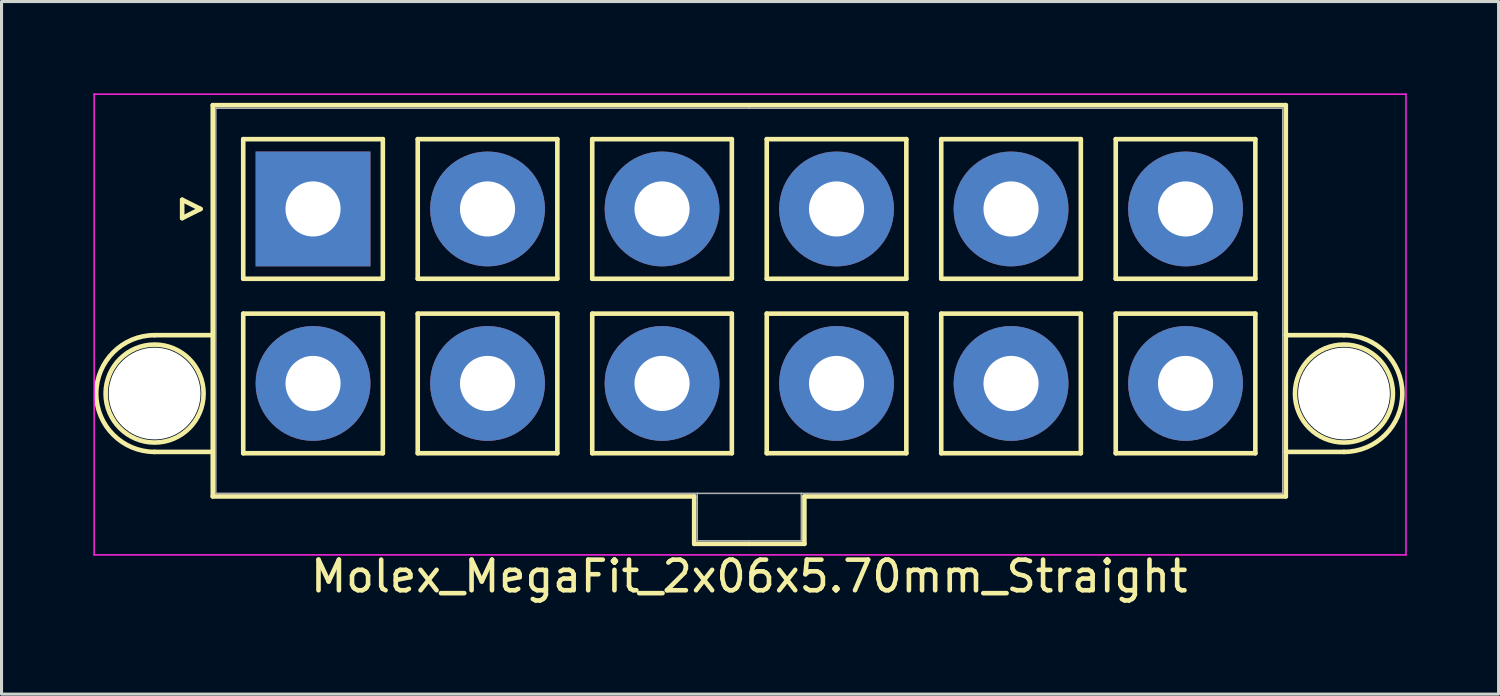
<source format=kicad_pcb>
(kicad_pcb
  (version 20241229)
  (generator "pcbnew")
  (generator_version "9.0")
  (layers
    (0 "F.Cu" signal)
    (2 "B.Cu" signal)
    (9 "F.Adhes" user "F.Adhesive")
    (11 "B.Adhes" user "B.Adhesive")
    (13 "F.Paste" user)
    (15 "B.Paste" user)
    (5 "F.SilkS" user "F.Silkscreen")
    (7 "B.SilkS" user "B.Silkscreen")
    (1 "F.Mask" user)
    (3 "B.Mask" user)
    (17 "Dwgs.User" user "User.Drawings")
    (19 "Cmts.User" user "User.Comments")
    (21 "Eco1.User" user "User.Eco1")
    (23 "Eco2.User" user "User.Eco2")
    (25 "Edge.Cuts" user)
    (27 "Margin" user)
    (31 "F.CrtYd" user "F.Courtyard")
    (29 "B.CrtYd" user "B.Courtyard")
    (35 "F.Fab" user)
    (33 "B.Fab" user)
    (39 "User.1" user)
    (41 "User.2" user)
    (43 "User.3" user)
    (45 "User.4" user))
  (footprint "Molex_MegaFit_2x06x5.70mm_Straight"
    (layer "F.Cu")
    (at 7.175 3.775)
    (property "Reference" "Molex_MegaFit_2x06x5.70mm_Straight" (at 14.25 12 0) (layer "F.SilkS") (effects (font (size 1 1) (thickness 0.15))))
    (attr through_hole)
    (fp_line (start -5.175 4.124) (end -3.275 4.124) (stroke (width 0.15) (type solid)) (layer "F.SilkS"))
    (fp_line (start -5.175 7.936) (end -3.275 7.936) (stroke (width 0.15) (type solid)) (layer "F.SilkS"))
    (fp_line (start -4.275 -0.3) (end -3.675 0) (stroke (width 0.15) (type solid)) (layer "F.SilkS"))
    (fp_line (start -4.275 0.3) (end -4.275 -0.3) (stroke (width 0.15) (type solid)) (layer "F.SilkS"))
    (fp_line (start -3.675 0) (end -4.275 0.3) (stroke (width 0.15) (type solid)) (layer "F.SilkS"))
    (fp_line (start -3.275 -3.39) (end -3.275 9.39) (stroke (width 0.15) (type solid)) (layer "F.SilkS"))
    (fp_line (start -3.275 9.39) (end 12.45 9.39) (stroke (width 0.15) (type solid)) (layer "F.SilkS"))
    (fp_line (start -2.28 -2.28) (end -2.28 2.28) (stroke (width 0.15) (type solid)) (layer "F.SilkS"))
    (fp_line (start -2.28 2.28) (end 2.28 2.28) (stroke (width 0.15) (type solid)) (layer "F.SilkS"))
    (fp_line (start -2.28 3.42) (end -2.28 7.98) (stroke (width 0.15) (type solid)) (layer "F.SilkS"))
    (fp_line (start -2.28 7.98) (end 2.28 7.98) (stroke (width 0.15) (type solid)) (layer "F.SilkS"))
    (fp_line (start 2.28 -2.28) (end -2.28 -2.28) (stroke (width 0.15) (type solid)) (layer "F.SilkS"))
    (fp_line (start 2.28 2.28) (end 2.28 -2.28) (stroke (width 0.15) (type solid)) (layer "F.SilkS"))
    (fp_line (start 2.28 3.42) (end -2.28 3.42) (stroke (width 0.15) (type solid)) (layer "F.SilkS"))
    (fp_line (start 2.28 7.98) (end 2.28 3.42) (stroke (width 0.15) (type solid)) (layer "F.SilkS"))
    (fp_line (start 3.42 -2.28) (end 3.42 2.28) (stroke (width 0.15) (type solid)) (layer "F.SilkS"))
    (fp_line (start 3.42 2.28) (end 7.98 2.28) (stroke (width 0.15) (type solid)) (layer "F.SilkS"))
    (fp_line (start 3.42 3.42) (end 3.42 7.98) (stroke (width 0.15) (type solid)) (layer "F.SilkS"))
    (fp_line (start 3.42 7.98) (end 7.98 7.98) (stroke (width 0.15) (type solid)) (layer "F.SilkS"))
    (fp_line (start 7.98 -2.28) (end 3.42 -2.28) (stroke (width 0.15) (type solid)) (layer "F.SilkS"))
    (fp_line (start 7.98 2.28) (end 7.98 -2.28) (stroke (width 0.15) (type solid)) (layer "F.SilkS"))
    (fp_line (start 7.98 3.42) (end 3.42 3.42) (stroke (width 0.15) (type solid)) (layer "F.SilkS"))
    (fp_line (start 7.98 7.98) (end 7.98 3.42) (stroke (width 0.15) (type solid)) (layer "F.SilkS"))
    (fp_line (start 9.12 -2.28) (end 9.12 2.28) (stroke (width 0.15) (type solid)) (layer "F.SilkS"))
    (fp_line (start 9.12 2.28) (end 13.68 2.28) (stroke (width 0.15) (type solid)) (layer "F.SilkS"))
    (fp_line (start 9.12 3.42) (end 9.12 7.98) (stroke (width 0.15) (type solid)) (layer "F.SilkS"))
    (fp_line (start 9.12 7.98) (end 13.68 7.98) (stroke (width 0.15) (type solid)) (layer "F.SilkS"))
    (fp_line (start 12.45 9.39) (end 12.45 10.94) (stroke (width 0.15) (type solid)) (layer "F.SilkS"))
    (fp_line (start 12.45 10.94) (end 14.25 10.94) (stroke (width 0.15) (type solid)) (layer "F.SilkS"))
    (fp_line (start 13.68 -2.28) (end 9.12 -2.28) (stroke (width 0.15) (type solid)) (layer "F.SilkS"))
    (fp_line (start 13.68 2.28) (end 13.68 -2.28) (stroke (width 0.15) (type solid)) (layer "F.SilkS"))
    (fp_line (start 13.68 3.42) (end 9.12 3.42) (stroke (width 0.15) (type solid)) (layer "F.SilkS"))
    (fp_line (start 13.68 7.98) (end 13.68 3.42) (stroke (width 0.15) (type solid)) (layer "F.SilkS"))
    (fp_line (start 14.25 -3.39) (end -3.275 -3.39) (stroke (width 0.15) (type solid)) (layer "F.SilkS"))
    (fp_line (start 14.25 -3.39) (end 31.775 -3.39) (stroke (width 0.15) (type solid)) (layer "F.SilkS"))
    (fp_line (start 14.82 -2.28) (end 14.82 2.28) (stroke (width 0.15) (type solid)) (layer "F.SilkS"))
    (fp_line (start 14.82 2.28) (end 19.38 2.28) (stroke (width 0.15) (type solid)) (layer "F.SilkS"))
    (fp_line (start 14.82 3.42) (end 14.82 7.98) (stroke (width 0.15) (type solid)) (layer "F.SilkS"))
    (fp_line (start 14.82 7.98) (end 19.38 7.98) (stroke (width 0.15) (type solid)) (layer "F.SilkS"))
    (fp_line (start 16.05 9.39) (end 16.05 10.94) (stroke (width 0.15) (type solid)) (layer "F.SilkS"))
    (fp_line (start 16.05 10.94) (end 14.25 10.94) (stroke (width 0.15) (type solid)) (layer "F.SilkS"))
    (fp_line (start 19.38 -2.28) (end 14.82 -2.28) (stroke (width 0.15) (type solid)) (layer "F.SilkS"))
    (fp_line (start 19.38 2.28) (end 19.38 -2.28) (stroke (width 0.15) (type solid)) (layer "F.SilkS"))
    (fp_line (start 19.38 3.42) (end 14.82 3.42) (stroke (width 0.15) (type solid)) (layer "F.SilkS"))
    (fp_line (start 19.38 7.98) (end 19.38 3.42) (stroke (width 0.15) (type solid)) (layer "F.SilkS"))
    (fp_line (start 20.52 -2.28) (end 20.52 2.28) (stroke (width 0.15) (type solid)) (layer "F.SilkS"))
    (fp_line (start 20.52 2.28) (end 25.08 2.28) (stroke (width 0.15) (type solid)) (layer "F.SilkS"))
    (fp_line (start 20.52 3.42) (end 20.52 7.98) (stroke (width 0.15) (type solid)) (layer "F.SilkS"))
    (fp_line (start 20.52 7.98) (end 25.08 7.98) (stroke (width 0.15) (type solid)) (layer "F.SilkS"))
    (fp_line (start 25.08 -2.28) (end 20.52 -2.28) (stroke (width 0.15) (type solid)) (layer "F.SilkS"))
    (fp_line (start 25.08 2.28) (end 25.08 -2.28) (stroke (width 0.15) (type solid)) (layer "F.SilkS"))
    (fp_line (start 25.08 3.42) (end 20.52 3.42) (stroke (width 0.15) (type solid)) (layer "F.SilkS"))
    (fp_line (start 25.08 7.98) (end 25.08 3.42) (stroke (width 0.15) (type solid)) (layer "F.SilkS"))
    (fp_line (start 26.22 -2.28) (end 26.22 2.28) (stroke (width 0.15) (type solid)) (layer "F.SilkS"))
    (fp_line (start 26.22 2.28) (end 30.78 2.28) (stroke (width 0.15) (type solid)) (layer "F.SilkS"))
    (fp_line (start 26.22 3.42) (end 26.22 7.98) (stroke (width 0.15) (type solid)) (layer "F.SilkS"))
    (fp_line (start 26.22 7.98) (end 30.78 7.98) (stroke (width 0.15) (type solid)) (layer "F.SilkS"))
    (fp_line (start 30.78 -2.28) (end 26.22 -2.28) (stroke (width 0.15) (type solid)) (layer "F.SilkS"))
    (fp_line (start 30.78 2.28) (end 30.78 -2.28) (stroke (width 0.15) (type solid)) (layer "F.SilkS"))
    (fp_line (start 30.78 3.42) (end 26.22 3.42) (stroke (width 0.15) (type solid)) (layer "F.SilkS"))
    (fp_line (start 30.78 7.98) (end 30.78 3.42) (stroke (width 0.15) (type solid)) (layer "F.SilkS"))
    (fp_line (start 31.775 -3.39) (end 31.775 9.39) (stroke (width 0.15) (type solid)) (layer "F.SilkS"))
    (fp_line (start 31.775 9.39) (end 16.05 9.39) (stroke (width 0.15) (type solid)) (layer "F.SilkS"))
    (fp_line (start 33.675 4.124) (end 31.775 4.124) (stroke (width 0.15) (type solid)) (layer "F.SilkS"))
    (fp_line (start 33.675 7.936) (end 31.775 7.936) (stroke (width 0.15) (type solid)) (layer "F.SilkS"))
    (fp_arc (start -5.175 7.93625) (mid -7.08125 6.03) (end -5.175 4.12375) (stroke (width 0.15) (type solid)) (layer "F.SilkS"))
    (fp_arc (start 33.675 4.12375) (mid 35.58125 6.03) (end 33.675 7.93625) (stroke (width 0.15) (type solid)) (layer "F.SilkS"))
    (fp_circle (center -5.175 6.03) (end -3.575 6.03) (stroke (width 0.15) (type solid)) (fill no) (layer "F.SilkS"))
    (fp_circle (center 33.675 6.03) (end 35.275 6.03) (stroke (width 0.15) (type solid)) (fill no) (layer "F.SilkS"))
    (fp_line (start -7.15 -3.75) (end -7.15 11.3) (stroke (width 0.05) (type solid)) (layer "F.CrtYd"))
    (fp_line (start -7.15 11.3) (end 35.7 11.3) (stroke (width 0.05) (type solid)) (layer "F.CrtYd"))
    (fp_line (start 35.7 -3.75) (end -7.15 -3.75) (stroke (width 0.05) (type solid)) (layer "F.CrtYd"))
    (fp_line (start 35.7 11.3) (end 35.7 -3.75) (stroke (width 0.05) (type solid)) (layer "F.CrtYd"))
    (fp_line (start -3.175 -3.29) (end -3.175 9.29) (stroke (width 0.05) (type solid)) (layer "F.Fab"))
    (fp_line (start -3.175 9.29) (end 31.675 9.29) (stroke (width 0.05) (type solid)) (layer "F.Fab"))
    (fp_line (start 12.55 9.29) (end 12.55 10.84) (stroke (width 0.05) (type solid)) (layer "F.Fab"))
    (fp_line (start 12.55 10.84) (end 15.95 10.84) (stroke (width 0.05) (type solid)) (layer "F.Fab"))
    (fp_line (start 15.95 10.84) (end 15.95 9.29) (stroke (width 0.05) (type solid)) (layer "F.Fab"))
    (fp_line (start 31.675 -3.29) (end -3.175 -3.29) (stroke (width 0.05) (type solid)) (layer "F.Fab"))
    (fp_line (start 31.675 9.29) (end 31.675 -3.29) (stroke (width 0.05) (type solid)) (layer "F.Fab"))
    (pad "" np_thru_hole circle (at -5.175 6.03) (size 3 3) (drill 3) (layers "*.Cu"))
    (pad "" np_thru_hole circle (at 33.675 6.03) (size 3 3) (drill 3) (layers "*.Cu"))
    (pad "1" thru_hole rect (at 0 0) (size 3.75 3.75) (drill 1.8) (layers "*.Cu" "*.Mask"))
    (pad "2" thru_hole circle (at 5.7 0) (size 3.75 3.75) (drill 1.8) (layers "*.Cu" "*.Mask"))
    (pad "3" thru_hole circle (at 11.4 0) (size 3.75 3.75) (drill 1.8) (layers "*.Cu" "*.Mask"))
    (pad "4" thru_hole circle (at 17.1 0) (size 3.75 3.75) (drill 1.8) (layers "*.Cu" "*.Mask"))
    (pad "5" thru_hole circle (at 22.8 0) (size 3.75 3.75) (drill 1.8) (layers "*.Cu" "*.Mask"))
    (pad "6" thru_hole circle (at 28.5 0) (size 3.75 3.75) (drill 1.8) (layers "*.Cu" "*.Mask"))
    (pad "7" thru_hole circle (at 0 5.7) (size 3.75 3.75) (drill 1.8) (layers "*.Cu" "*.Mask"))
    (pad "8" thru_hole circle (at 5.7 5.7) (size 3.75 3.75) (drill 1.8) (layers "*.Cu" "*.Mask"))
    (pad "9" thru_hole circle (at 11.4 5.7) (size 3.75 3.75) (drill 1.8) (layers "*.Cu" "*.Mask"))
    (pad "10" thru_hole circle (at 17.1 5.7) (size 3.75 3.75) (drill 1.8) (layers "*.Cu" "*.Mask"))
    (pad "11" thru_hole circle (at 22.8 5.7) (size 3.75 3.75) (drill 1.8) (layers "*.Cu" "*.Mask"))
    (pad "12" thru_hole circle (at 28.5 5.7) (size 3.75 3.75) (drill 1.8) (layers "*.Cu" "*.Mask")))
  (gr_rect
    (start -3 -3)
    (end 45.9 19.623)
    (stroke (width 0.1) (type default))
    (fill no)
    (layer "Edge.Cuts")))
</source>
